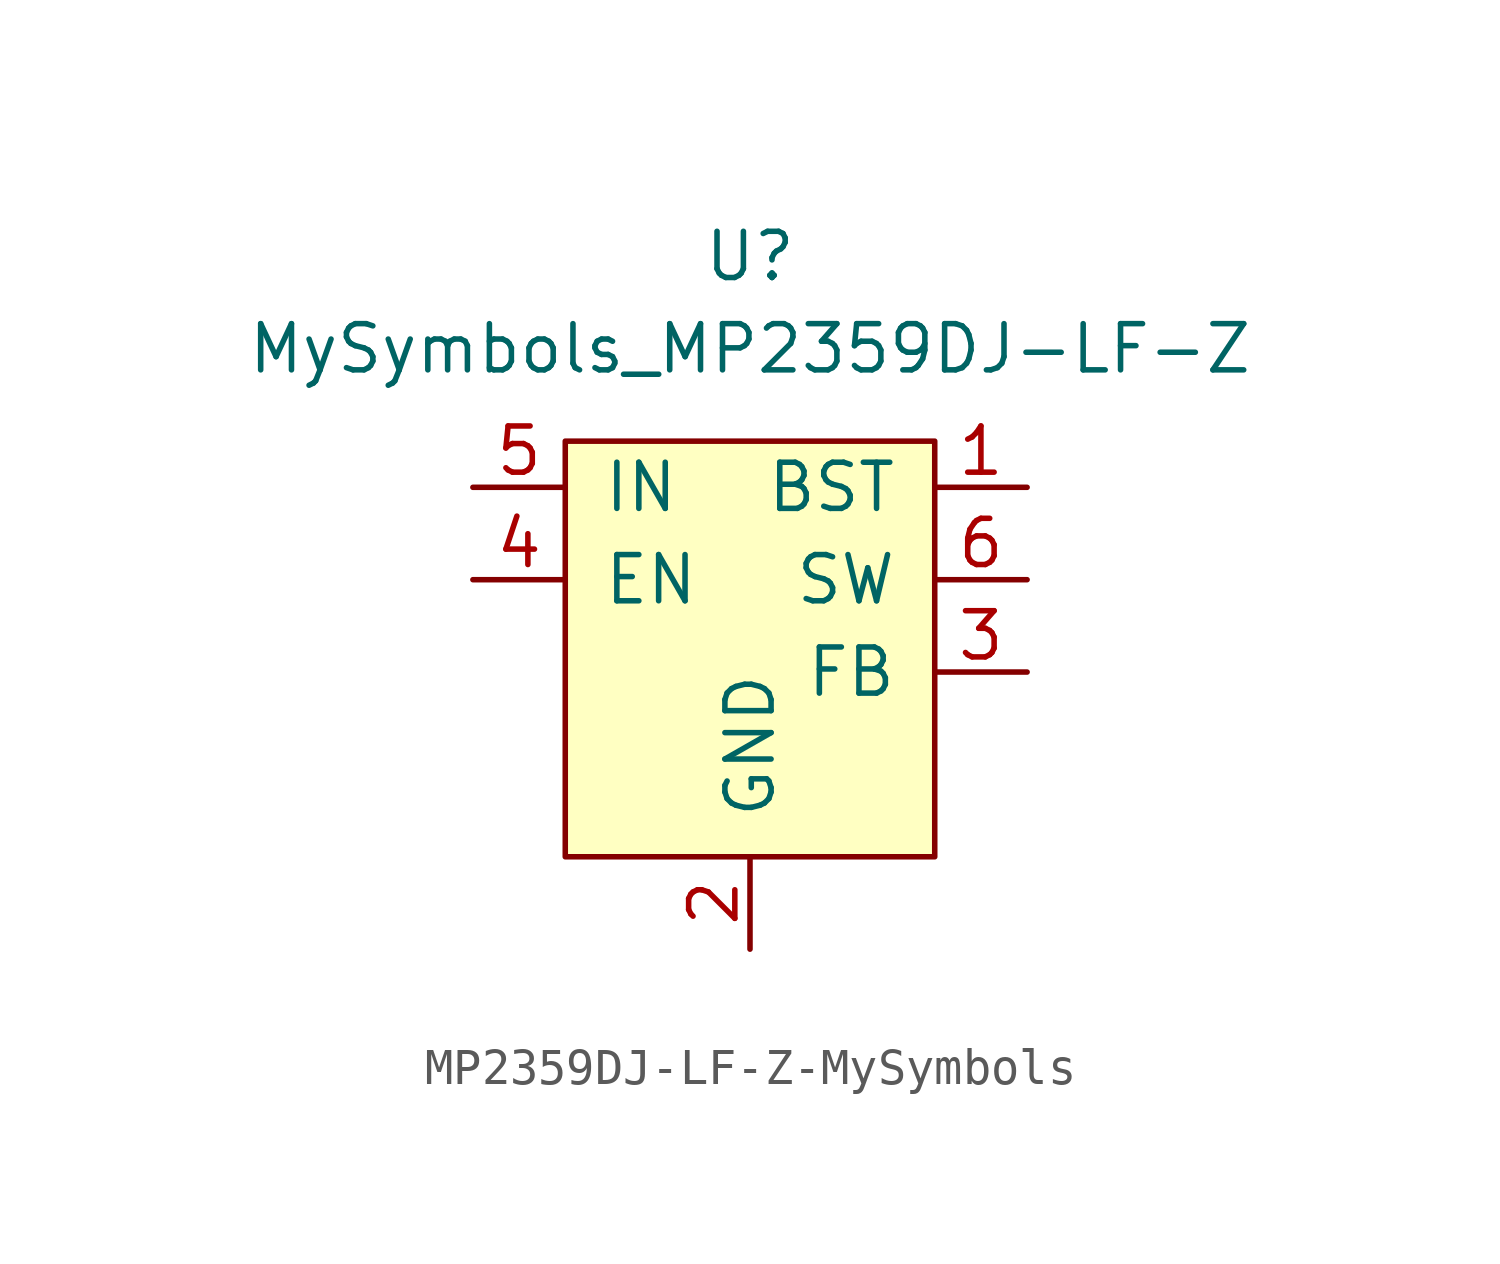
<source format=kicad_sym>
(kicad_symbol_lib
  (version 20220914)
  (generator kicad_symbol_editor)
  (symbol "MP2359DJ-LF-Z-MySymbols"
    (pin_names
      (offset 1.016))
    (property "Reference" "U"
      (at 0 11.43 0)
      (effects (font (size 1.27 1.27))))
    (property "Value" "MySymbols_MP2359DJ-LF-Z"
      (at 0 8.89 0)
      (effects (font (size 1.27 1.27))))
    (symbol "MP2359DJ-LF-Z-MySymbols_0_1"
      (rectangle (start -5.08 6.35) (end 5.08 -5.08) (stroke (width 0) (type solid)) (fill (type background))))
    (symbol "MP2359DJ-LF-Z-MySymbols_1_1"
      (pin input line (at 7.62 5.08 180) (length 2.54) (name "BST" (effects (font (size 1.27 1.27)))) (number "1" (effects (font (size 1.27 1.27)))))
      (pin input line (at 0 -7.62 90) (length 2.54) (name "GND" (effects (font (size 1.27 1.27)))) (number "2" (effects (font (size 1.27 1.27)))))
      (pin input line (at 7.62 0 180) (length 2.54) (name "FB" (effects (font (size 1.27 1.27)))) (number "3" (effects (font (size 1.27 1.27)))))
      (pin input line (at -7.62 2.54 0) (length 2.54) (name "EN" (effects (font (size 1.27 1.27)))) (number "4" (effects (font (size 1.27 1.27)))))
      (pin input line (at -7.62 5.08 0) (length 2.54) (name "IN" (effects (font (size 1.27 1.27)))) (number "5" (effects (font (size 1.27 1.27)))))
      (pin input line (at 7.62 2.54 180) (length 2.54) (name "SW" (effects (font (size 1.27 1.27)))) (number "6" (effects (font (size 1.27 1.27))))))))
</source>
